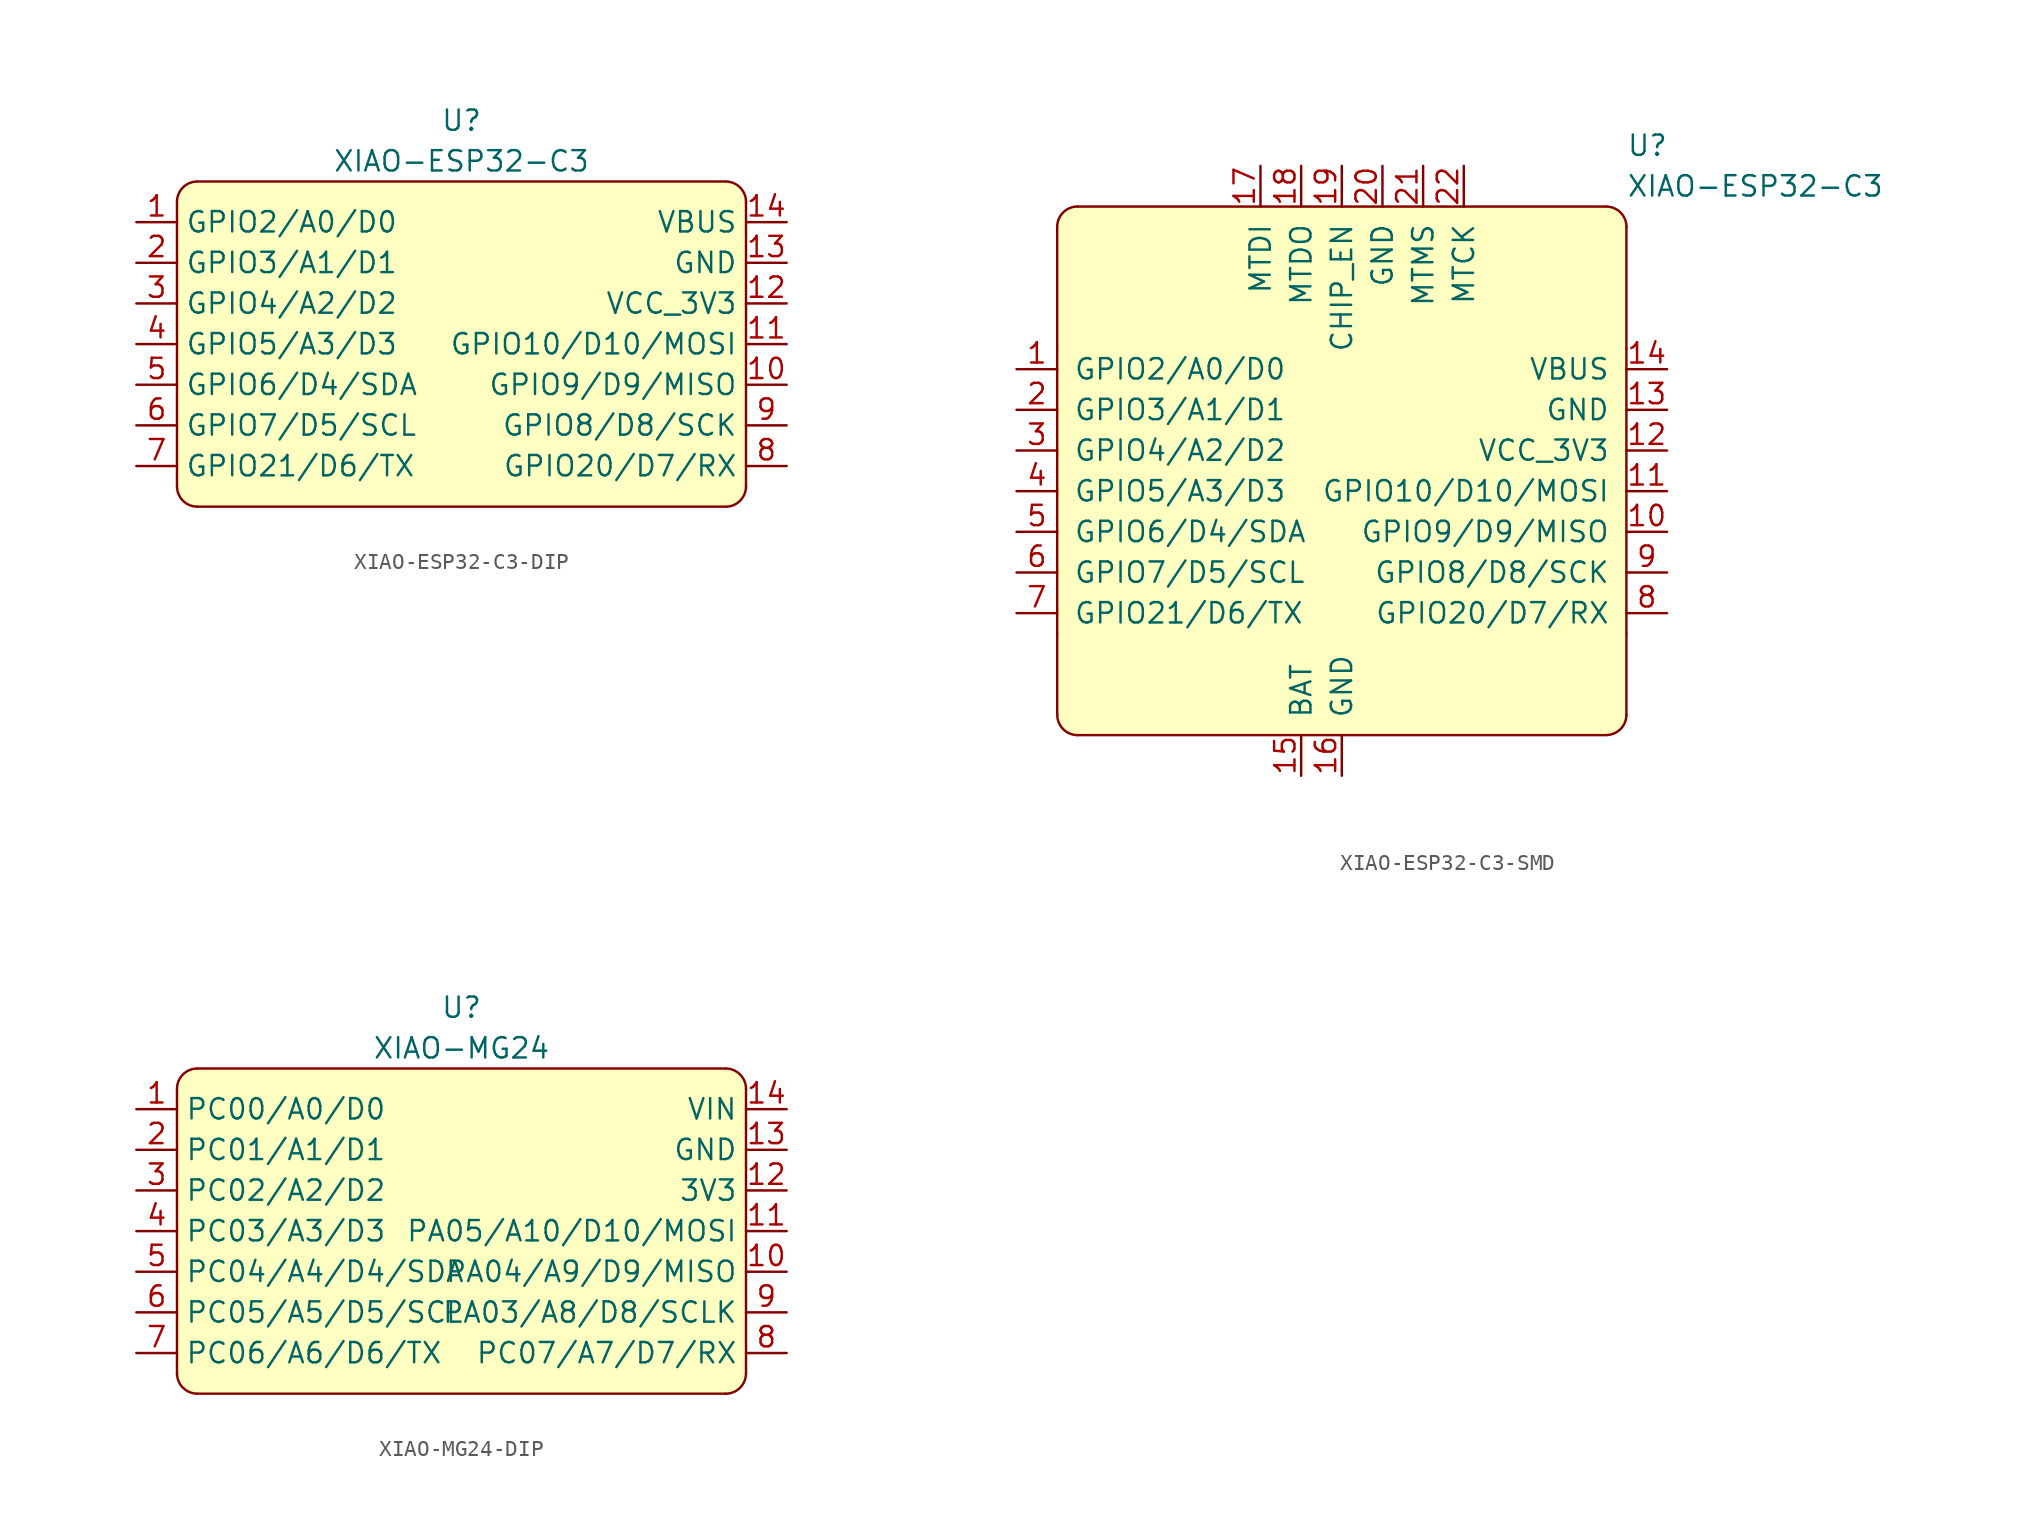
<source format=kicad_sym>
(kicad_symbol_lib
  (version 20241209)
  (generator "kicad_symbol_editor")
  (generator_version "9.0")
  (symbol "XIAO-ESP32-C3-DIP"
    (property "Reference" "U"
      (at 0 13.97 0)
      (effects (font (size 1.27 1.27))))
    (property "Value" "XIAO-ESP32-C3"
      (at 0 11.43 0)
      (effects (font (size 1.27 1.27))))
    (symbol "XIAO-ESP32-C3-DIP_1_0"
      (pin passive line (at -20.32 7.62 0) (length 2.54) (name "GPIO2/A0/D0" (effects (font (size 1.27 1.27)))) (number "1" (effects (font (size 1.27 1.27)))))
      (pin passive line (at -20.32 5.08 0) (length 2.54) (name "GPIO3/A1/D1" (effects (font (size 1.27 1.27)))) (number "2" (effects (font (size 1.27 1.27)))))
      (pin passive line (at -20.32 2.54 0) (length 2.54) (name "GPIO4/A2/D2" (effects (font (size 1.27 1.27)))) (number "3" (effects (font (size 1.27 1.27)))))
      (pin passive line (at -20.32 0 0) (length 2.54) (name "GPIO5/A3/D3" (effects (font (size 1.27 1.27)))) (number "4" (effects (font (size 1.27 1.27)))))
      (pin passive line (at -20.32 -2.54 0) (length 2.54) (name "GPIO6/D4/SDA" (effects (font (size 1.27 1.27)))) (number "5" (effects (font (size 1.27 1.27)))))
      (pin passive line (at -20.32 -5.08 0) (length 2.54) (name "GPIO7/D5/SCL" (effects (font (size 1.27 1.27)))) (number "6" (effects (font (size 1.27 1.27)))))
      (pin passive line (at -20.32 -7.62 0) (length 2.54) (name "GPIO21/D6/TX" (effects (font (size 1.27 1.27)))) (number "7" (effects (font (size 1.27 1.27)))))
      (pin passive line (at 20.32 7.62 180) (length 2.54) (name "VBUS" (effects (font (size 1.27 1.27)))) (number "14" (effects (font (size 1.27 1.27)))))
      (pin passive line (at 20.32 5.08 180) (length 2.54) (name "GND" (effects (font (size 1.27 1.27)))) (number "13" (effects (font (size 1.27 1.27)))))
      (pin passive line (at 20.32 2.54 180) (length 2.54) (name "VCC_3V3" (effects (font (size 1.27 1.27)))) (number "12" (effects (font (size 1.27 1.27)))))
      (pin passive line (at 20.32 0 180) (length 2.54) (name "GPIO10/D10/MOSI" (effects (font (size 1.27 1.27)))) (number "11" (effects (font (size 1.27 1.27)))))
      (pin passive line (at 20.32 -2.54 180) (length 2.54) (name "GPIO9/D9/MISO" (effects (font (size 1.27 1.27)))) (number "10" (effects (font (size 1.27 1.27)))))
      (pin passive line (at 20.32 -5.08 180) (length 2.54) (name "GPIO8/D8/SCK" (effects (font (size 1.27 1.27)))) (number "9" (effects (font (size 1.27 1.27)))))
      (pin passive line (at 20.32 -7.62 180) (length 2.54) (name "GPIO20/D7/RX" (effects (font (size 1.27 1.27)))) (number "8" (effects (font (size 1.27 1.27))))))
    (symbol "XIAO-ESP32-C3-DIP_1_1"
      (rectangle (start -17.78 8.89) (end 17.78 -8.89) (stroke (width -0.0001) (type solid)) (fill (type background)))
      (polyline (pts (xy -17.78 -8.89) (xy -17.78 8.89)) (stroke (width 0) (type default)) (fill (type none)))
      (rectangle (start -16.51 10.16) (end 16.51 8.89) (stroke (width -0.0001) (type solid)) (fill (type background)))
      (polyline (pts (xy -16.51 10.16) (xy 16.51 10.16)) (stroke (width 0) (type default)) (fill (type none)))
      (circle (center -16.51 8.89) (radius 1.27) (stroke (width -0.0001) (type solid)) (fill (type background)))
      (circle (center -16.51 -8.89) (radius 1.27) (stroke (width -0.0001) (type solid)) (fill (type background)))
      (rectangle (start -16.51 -8.89) (end 16.51 -10.16) (stroke (width -0.0001) (type solid)) (fill (type background)))
      (polyline (pts (xy -16.51 -10.16) (xy 16.51 -10.16)) (stroke (width 0) (type default)) (fill (type none)))
      (arc (start -17.78 8.89) (mid -17.408 9.788) (end -16.51 10.16) (stroke (width 0) (type default)) (fill (type none)))
      (arc (start -16.51 -10.16) (mid -17.408 -9.788) (end -17.78 -8.89) (stroke (width 0) (type default)) (fill (type none)))
      (arc (start 16.51 10.16) (mid 17.408 9.788) (end 17.78 8.89) (stroke (width 0) (type default)) (fill (type none)))
      (circle (center 16.51 8.89) (radius 1.27) (stroke (width -0.0001) (type solid)) (fill (type background)))
      (circle (center 16.51 -8.89) (radius 1.27) (stroke (width -0.0001) (type solid)) (fill (type background)))
      (arc (start 17.78 -8.89) (mid 17.408 -9.788) (end 16.51 -10.16) (stroke (width 0) (type default)) (fill (type none)))
      (polyline (pts (xy 17.78 -8.89) (xy 17.78 8.89)) (stroke (width 0) (type default)) (fill (type none)))))
  (symbol "XIAO-ESP32-C3-SMD"
    (pin_names
      (offset 1.016))
    (property "Reference" "U"
      (at 17.78 21.59 0)
      (effects (font (size 1.27 1.27)) (justify left)))
    (property "Value" "XIAO-ESP32-C3"
      (at 17.78 19.05 0)
      (effects (font (size 1.27 1.27)) (justify left)))
    (symbol "XIAO-ESP32-C3-SMD_0_1"
      (polyline (pts (xy -17.78 8.89) (xy -17.78 16.51)) (stroke (width 0) (type default)) (fill (type none)))
      (polyline (pts (xy -17.78 -13.97) (xy -17.78 -8.89)) (stroke (width 0) (type default)) (fill (type none)))
      (polyline (pts (xy 17.78 16.51) (xy 17.78 8.89)) (stroke (width 0) (type default)) (fill (type none)))
      (polyline (pts (xy 17.78 -8.89) (xy 17.78 -13.97)) (stroke (width 0) (type default)) (fill (type none))))
    (symbol "XIAO-ESP32-C3-SMD_1_0"
      (pin passive line (at -20.32 7.62 0) (length 2.54) (name "GPIO2/A0/D0" (effects (font (size 1.27 1.27)))) (number "1" (effects (font (size 1.27 1.27)))))
      (pin passive line (at -20.32 5.08 0) (length 2.54) (name "GPIO3/A1/D1" (effects (font (size 1.27 1.27)))) (number "2" (effects (font (size 1.27 1.27)))))
      (pin passive line (at -20.32 2.54 0) (length 2.54) (name "GPIO4/A2/D2" (effects (font (size 1.27 1.27)))) (number "3" (effects (font (size 1.27 1.27)))))
      (pin passive line (at -20.32 0 0) (length 2.54) (name "GPIO5/A3/D3" (effects (font (size 1.27 1.27)))) (number "4" (effects (font (size 1.27 1.27)))))
      (pin passive line (at -20.32 -2.54 0) (length 2.54) (name "GPIO6/D4/SDA" (effects (font (size 1.27 1.27)))) (number "5" (effects (font (size 1.27 1.27)))))
      (pin passive line (at -20.32 -5.08 0) (length 2.54) (name "GPIO7/D5/SCL" (effects (font (size 1.27 1.27)))) (number "6" (effects (font (size 1.27 1.27)))))
      (pin passive line (at -20.32 -7.62 0) (length 2.54) (name "GPIO21/D6/TX" (effects (font (size 1.27 1.27)))) (number "7" (effects (font (size 1.27 1.27)))))
      (pin passive line (at 20.32 7.62 180) (length 2.54) (name "VBUS" (effects (font (size 1.27 1.27)))) (number "14" (effects (font (size 1.27 1.27)))))
      (pin passive line (at 20.32 5.08 180) (length 2.54) (name "GND" (effects (font (size 1.27 1.27)))) (number "13" (effects (font (size 1.27 1.27)))))
      (pin passive line (at 20.32 2.54 180) (length 2.54) (name "VCC_3V3" (effects (font (size 1.27 1.27)))) (number "12" (effects (font (size 1.27 1.27)))))
      (pin passive line (at 20.32 0 180) (length 2.54) (name "GPIO10/D10/MOSI" (effects (font (size 1.27 1.27)))) (number "11" (effects (font (size 1.27 1.27)))))
      (pin passive line (at 20.32 -2.54 180) (length 2.54) (name "GPIO9/D9/MISO" (effects (font (size 1.27 1.27)))) (number "10" (effects (font (size 1.27 1.27)))))
      (pin passive line (at 20.32 -5.08 180) (length 2.54) (name "GPIO8/D8/SCK" (effects (font (size 1.27 1.27)))) (number "9" (effects (font (size 1.27 1.27)))))
      (pin passive line (at 20.32 -7.62 180) (length 2.54) (name "GPIO20/D7/RX" (effects (font (size 1.27 1.27)))) (number "8" (effects (font (size 1.27 1.27))))))
    (symbol "XIAO-ESP32-C3-SMD_1_1"
      (rectangle (start -17.78 16.51) (end 17.78 -13.97) (stroke (width -0.0001) (type solid)) (fill (type background)))
      (polyline (pts (xy -17.78 -8.89) (xy -17.78 8.89)) (stroke (width 0) (type default)) (fill (type none)))
      (rectangle (start -16.51 17.78) (end 16.51 16.51) (stroke (width -0.0001) (type solid)) (fill (type background)))
      (polyline (pts (xy -16.51 17.78) (xy 16.51 17.78)) (stroke (width 0) (type default)) (fill (type none)))
      (circle (center -16.51 16.51) (radius 1.27) (stroke (width -0.0001) (type solid)) (fill (type background)))
      (circle (center -16.51 -13.97) (radius 1.27) (stroke (width -0.0001) (type solid)) (fill (type background)))
      (rectangle (start -16.51 -13.97) (end 16.51 -15.24) (stroke (width -0.0001) (type solid)) (fill (type background)))
      (polyline (pts (xy -16.51 -15.24) (xy 16.51 -15.24)) (stroke (width 0) (type default)) (fill (type none)))
      (arc (start -17.78 16.51) (mid -17.408 17.408) (end -16.51 17.78) (stroke (width 0) (type default)) (fill (type none)))
      (arc (start -16.51 -15.24) (mid -17.408 -14.868) (end -17.78 -13.97) (stroke (width 0) (type default)) (fill (type none)))
      (arc (start 16.51 17.78) (mid 17.408 17.408) (end 17.78 16.51) (stroke (width 0) (type default)) (fill (type none)))
      (circle (center 16.51 16.51) (radius 1.27) (stroke (width -0.0001) (type solid)) (fill (type background)))
      (circle (center 16.51 -13.97) (radius 1.27) (stroke (width -0.0001) (type solid)) (fill (type background)))
      (arc (start 17.78 -13.97) (mid 17.408 -14.868) (end 16.51 -15.24) (stroke (width 0) (type default)) (fill (type none)))
      (polyline (pts (xy 17.78 -8.89) (xy 17.78 8.89)) (stroke (width 0) (type default)) (fill (type none)))
      (pin passive line (at -5.08 20.32 270) (length 2.54) (name "MTDI" (effects (font (size 1.27 1.27)))) (number "17" (effects (font (size 1.27 1.27)))))
      (pin passive line (at -2.54 20.32 270) (length 2.54) (name "MTDO" (effects (font (size 1.27 1.27)))) (number "18" (effects (font (size 1.27 1.27)))))
      (pin passive line (at -2.54 -17.78 90) (length 2.54) (name "BAT" (effects (font (size 1.27 1.27)))) (number "15" (effects (font (size 1.27 1.27)))))
      (pin passive line (at 0 20.32 270) (length 2.54) (name "CHIP_EN" (effects (font (size 1.27 1.27)))) (number "19" (effects (font (size 1.27 1.27)))))
      (pin passive line (at 0 -17.78 90) (length 2.54) (name "GND" (effects (font (size 1.27 1.27)))) (number "16" (effects (font (size 1.27 1.27)))))
      (pin passive line (at 2.54 20.32 270) (length 2.54) (name "GND" (effects (font (size 1.27 1.27)))) (number "20" (effects (font (size 1.27 1.27)))))
      (pin passive line (at 5.08 20.32 270) (length 2.54) (name "MTMS" (effects (font (size 1.27 1.27)))) (number "21" (effects (font (size 1.27 1.27)))))
      (pin passive line (at 7.62 20.32 270) (length 2.54) (name "MTCK" (effects (font (size 1.27 1.27)))) (number "22" (effects (font (size 1.27 1.27)))))))
  (symbol "XIAO-MG24-DIP"
    (property "Reference" "U"
      (at 0 13.97 0)
      (effects (font (size 1.27 1.27))))
    (property "Value" "XIAO-MG24"
      (at 0 11.43 0)
      (effects (font (size 1.27 1.27))))
    (symbol "XIAO-MG24-DIP_1_0"
      (pin passive line (at -20.32 7.62 0) (length 2.54) (name "PC00/A0/D0" (effects (font (size 1.27 1.27)))) (number "1" (effects (font (size 1.27 1.27)))))
      (pin passive line (at -20.32 5.08 0) (length 2.54) (name "PC01/A1/D1" (effects (font (size 1.27 1.27)))) (number "2" (effects (font (size 1.27 1.27)))))
      (pin passive line (at -20.32 2.54 0) (length 2.54) (name "PC02/A2/D2" (effects (font (size 1.27 1.27)))) (number "3" (effects (font (size 1.27 1.27)))))
      (pin passive line (at -20.32 0 0) (length 2.54) (name "PC03/A3/D3" (effects (font (size 1.27 1.27)))) (number "4" (effects (font (size 1.27 1.27)))))
      (pin passive line (at -20.32 -2.54 0) (length 2.54) (name "PC04/A4/D4/SDA" (effects (font (size 1.27 1.27)))) (number "5" (effects (font (size 1.27 1.27)))))
      (pin passive line (at -20.32 -5.08 0) (length 2.54) (name "PC05/A5/D5/SCL" (effects (font (size 1.27 1.27)))) (number "6" (effects (font (size 1.27 1.27)))))
      (pin passive line (at -20.32 -7.62 0) (length 2.54) (name "PC06/A6/D6/TX" (effects (font (size 1.27 1.27)))) (number "7" (effects (font (size 1.27 1.27)))))
      (pin passive line (at 20.32 7.62 180) (length 2.54) (name "VIN" (effects (font (size 1.27 1.27)))) (number "14" (effects (font (size 1.27 1.27)))))
      (pin passive line (at 20.32 5.08 180) (length 2.54) (name "GND" (effects (font (size 1.27 1.27)))) (number "13" (effects (font (size 1.27 1.27)))))
      (pin passive line (at 20.32 2.54 180) (length 2.54) (name "3V3" (effects (font (size 1.27 1.27)))) (number "12" (effects (font (size 1.27 1.27)))))
      (pin passive line (at 20.32 0 180) (length 2.54) (name "PA05/A10/D10/MOSI" (effects (font (size 1.27 1.27)))) (number "11" (effects (font (size 1.27 1.27)))))
      (pin passive line (at 20.32 -2.54 180) (length 2.54) (name "PA04/A9/D9/MISO" (effects (font (size 1.27 1.27)))) (number "10" (effects (font (size 1.27 1.27)))))
      (pin passive line (at 20.32 -5.08 180) (length 2.54) (name "PA03/A8/D8/SCLK" (effects (font (size 1.27 1.27)))) (number "9" (effects (font (size 1.27 1.27)))))
      (pin passive line (at 20.32 -7.62 180) (length 2.54) (name "PC07/A7/D7/RX" (effects (font (size 1.27 1.27)))) (number "8" (effects (font (size 1.27 1.27))))))
    (symbol "XIAO-MG24-DIP_1_1"
      (rectangle (start -17.78 8.89) (end 17.78 -8.89) (stroke (width -0.0001) (type solid)) (fill (type background)))
      (polyline (pts (xy -17.78 -8.89) (xy -17.78 8.89)) (stroke (width 0) (type default)) (fill (type none)))
      (rectangle (start -16.51 10.16) (end 16.51 8.89) (stroke (width -0.0001) (type solid)) (fill (type background)))
      (polyline (pts (xy -16.51 10.16) (xy 16.51 10.16)) (stroke (width 0) (type default)) (fill (type none)))
      (circle (center -16.51 8.89) (radius 1.27) (stroke (width -0.0001) (type solid)) (fill (type background)))
      (circle (center -16.51 -8.89) (radius 1.27) (stroke (width -0.0001) (type solid)) (fill (type background)))
      (rectangle (start -16.51 -8.89) (end 16.51 -10.16) (stroke (width -0.0001) (type solid)) (fill (type background)))
      (polyline (pts (xy -16.51 -10.16) (xy 16.51 -10.16)) (stroke (width 0) (type default)) (fill (type none)))
      (arc (start -17.78 8.89) (mid -17.408 9.788) (end -16.51 10.16) (stroke (width 0) (type default)) (fill (type none)))
      (arc (start -16.51 -10.16) (mid -17.408 -9.788) (end -17.78 -8.89) (stroke (width 0) (type default)) (fill (type none)))
      (arc (start 16.51 10.16) (mid 17.408 9.788) (end 17.78 8.89) (stroke (width 0) (type default)) (fill (type none)))
      (circle (center 16.51 8.89) (radius 1.27) (stroke (width -0.0001) (type solid)) (fill (type background)))
      (circle (center 16.51 -8.89) (radius 1.27) (stroke (width -0.0001) (type solid)) (fill (type background)))
      (arc (start 17.78 -8.89) (mid 17.408 -9.788) (end 16.51 -10.16) (stroke (width 0) (type default)) (fill (type none)))
      (polyline (pts (xy 17.78 -8.89) (xy 17.78 8.89)) (stroke (width 0) (type default)) (fill (type none))))))
</source>
